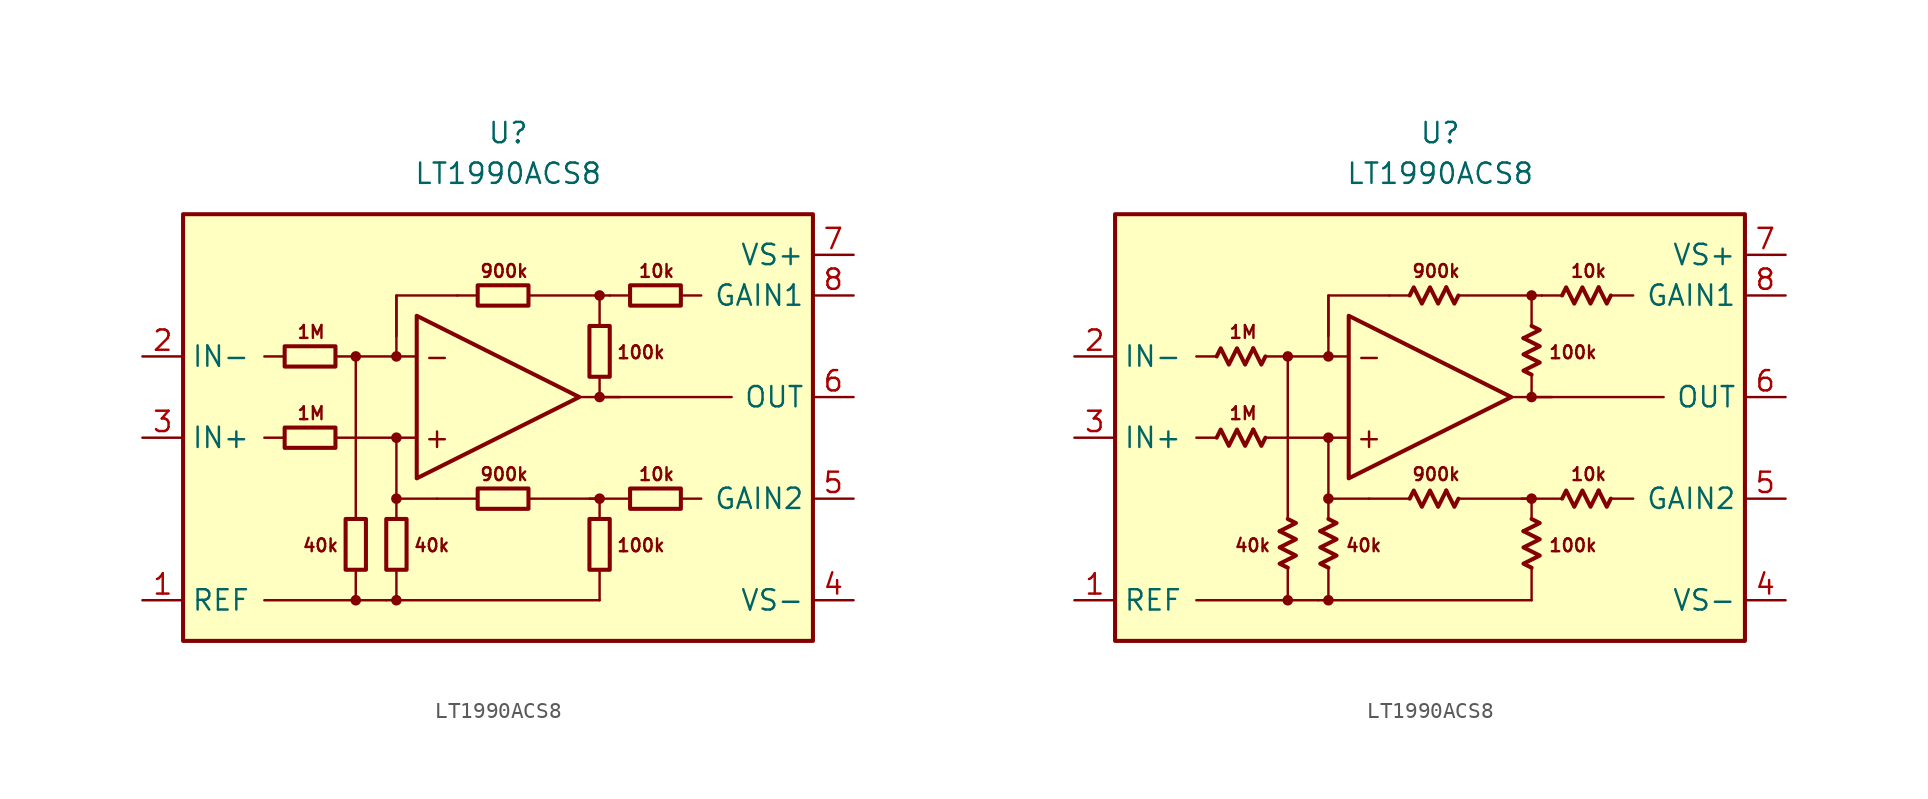
<source format=kicad_sym>
(kicad_symbol_lib
  (version 20231120)
  (generator "kicad_symbol_editor")
  (generator_version "8.0")
  (symbol "LT1990ACS8"
    (property "Reference" "U"
      (at 0 19.05 0)
      (effects (font (size 1.27 1.27))))
    (property "Value" "LT1990ACS8"
      (at 0 16.51 0)
      (effects (font (size 1.27 1.27))))
    (symbol "LT1990ACS8_0_0"
      (rectangle (start -20.32 13.97) (end 19.05 -12.7) (stroke (width 0.254) (type default)) (fill (type background)))
      (circle (center -9.525 -10.16) (radius 0.254) (stroke (width 0.152) (type default)) (fill (type outline)))
      (circle (center -9.525 5.08) (radius 0.254) (stroke (width 0.152) (type default)) (fill (type outline)))
      (circle (center -6.985 -10.16) (radius 0.254) (stroke (width 0.152) (type default)) (fill (type outline)))
      (circle (center -6.985 -3.81) (radius 0.254) (stroke (width 0.152) (type default)) (fill (type outline)))
      (circle (center -6.985 0) (radius 0.254) (stroke (width 0.152) (type default)) (fill (type outline)))
      (circle (center -6.985 5.08) (radius 0.254) (stroke (width 0.152) (type default)) (fill (type outline)))
      (polyline (pts (xy -13.97 0) (xy -15.24 0)) (stroke (width 0.152) (type default)) (fill (type none)))
      (polyline (pts (xy -13.97 5.08) (xy -15.24 5.08)) (stroke (width 0.152) (type default)) (fill (type none)))
      (polyline (pts (xy -9.525 -8.255) (xy -9.525 -10.16)) (stroke (width 0.152) (type default)) (fill (type none)))
      (polyline (pts (xy -9.525 -5.08) (xy -9.525 5.08)) (stroke (width 0.152) (type default)) (fill (type none)))
      (polyline (pts (xy -7.62 -10.16) (xy -15.24 -10.16)) (stroke (width 0.152) (type default)) (fill (type none)))
      (polyline (pts (xy -6.985 -8.255) (xy -6.985 -10.16)) (stroke (width 0.152) (type default)) (fill (type none)))
      (polyline (pts (xy -6.985 -3.81) (xy -6.985 0)) (stroke (width 0.152) (type default)) (fill (type none)))
      (polyline (pts (xy -6.985 5.08) (xy -6.985 8.89)) (stroke (width 0.152) (type default)) (fill (type none)))
      (polyline (pts (xy -5.715 0) (xy -10.795 0)) (stroke (width 0.152) (type default)) (fill (type none)))
      (polyline (pts (xy -5.715 5.08) (xy -10.795 5.08)) (stroke (width 0.152) (type default)) (fill (type none)))
      (polyline (pts (xy -1.905 -3.81) (xy -4.445 -3.81)) (stroke (width 0.152) (type default)) (fill (type none)))
      (polyline (pts (xy -1.905 8.89) (xy -3.175 8.89)) (stroke (width 0.152) (type default)) (fill (type none)))
      (polyline (pts (xy 4.445 2.54) (xy 13.97 2.54)) (stroke (width 0.152) (type default)) (fill (type none)))
      (polyline (pts (xy 5.715 -10.16) (xy -7.62 -10.16)) (stroke (width 0.152) (type default)) (fill (type none)))
      (polyline (pts (xy 5.715 -8.255) (xy 5.715 -10.16)) (stroke (width 0.152) (type default)) (fill (type none)))
      (polyline (pts (xy 5.715 2.54) (xy 5.715 3.81)) (stroke (width 0.152) (type default)) (fill (type none)))
      (polyline (pts (xy 5.715 2.54) (xy 6.985 2.54)) (stroke (width 0.152) (type default)) (fill (type none)))
      (polyline (pts (xy 5.715 8.89) (xy 1.27 8.89)) (stroke (width 0.152) (type default)) (fill (type none)))
      (polyline (pts (xy 7.62 -3.81) (xy 5.08 -3.81)) (stroke (width 0.152) (type default)) (fill (type none)))
      (polyline (pts (xy 7.62 8.89) (xy 6.35 8.89)) (stroke (width 0.152) (type default)) (fill (type none)))
      (polyline (pts (xy 10.795 -3.81) (xy 12.065 -3.81)) (stroke (width 0.152) (type default)) (fill (type none)))
      (polyline (pts (xy 10.795 8.89) (xy 12.065 8.89)) (stroke (width 0.152) (type default)) (fill (type none)))
      (polyline (pts (xy -4.445 -3.81) (xy -6.985 -3.81) (xy -6.985 -5.08)) (stroke (width 0.152) (type default)) (fill (type none)))
      (polyline (pts (xy -3.175 8.89) (xy -6.985 8.89) (xy -6.985 6.35)) (stroke (width 0.152) (type default)) (fill (type none)))
      (polyline (pts (xy 5.715 -5.08) (xy 5.715 -3.81) (xy 1.27 -3.81)) (stroke (width 0.152) (type default)) (fill (type none)))
      (polyline (pts (xy 6.35 8.89) (xy 5.715 8.89) (xy 5.715 6.985)) (stroke (width 0.152) (type default)) (fill (type none)))
      (polyline (pts (xy -5.715 7.62) (xy -5.715 -2.54) (xy 4.445 2.54) (xy -5.715 7.62)) (stroke (width 0.254) (type default)) (fill (type none)))
      (circle (center 5.715 -3.81) (radius 0.254) (stroke (width 0.152) (type default)) (fill (type outline)))
      (circle (center 5.715 2.54) (radius 0.254) (stroke (width 0.152) (type default)) (fill (type outline)))
      (circle (center 5.715 8.89) (radius 0.254) (stroke (width 0.152) (type default)) (fill (type outline)))
      (text "+" (at -4.445 0 0) (effects (font (size 1.27 1.27))))
      (text "-" (at -4.445 5.08 0) (effects (font (size 1.27 1.27))))
      (text "100k" (at 6.731 -6.731 0) (effects (font (size 0.8 0.8)) (justify left)))
      (text "100k" (at 6.731 5.334 0) (effects (font (size 0.8 0.8)) (justify left)))
      (text "10k" (at 9.271 -2.286 0) (effects (font (size 0.8 0.8))))
      (text "10k" (at 9.271 10.414 0) (effects (font (size 0.8 0.8))))
      (text "1M" (at -12.319 1.524 0) (effects (font (size 0.8 0.8))))
      (text "1M" (at -12.319 6.604 0) (effects (font (size 0.8 0.8))))
      (text "40k" (at -10.541 -6.731 0) (effects (font (size 0.8 0.8)) (justify right)))
      (text "40k" (at -5.969 -6.731 0) (effects (font (size 0.8 0.8)) (justify left)))
      (text "900k" (at -0.254 -2.286 0) (effects (font (size 0.8 0.8))))
      (text "900k" (at -0.254 10.414 0) (effects (font (size 0.8 0.8)))))
    (symbol "LT1990ACS8_0_1"
      (rectangle (start -13.97 0.635) (end -10.795 -0.635) (stroke (width 0.254) (type default)) (fill (type none)))
      (rectangle (start -13.97 5.715) (end -10.795 4.445) (stroke (width 0.254) (type default)) (fill (type none)))
      (rectangle (start -10.16 -5.08) (end -8.89 -8.255) (stroke (width 0.254) (type default)) (fill (type none)))
      (rectangle (start -7.62 -8.255) (end -6.35 -5.08) (stroke (width 0.254) (type default)) (fill (type none)))
      (rectangle (start -1.905 -3.175) (end 1.27 -4.445) (stroke (width 0.254) (type default)) (fill (type none)))
      (rectangle (start -1.905 9.525) (end 1.27 8.255) (stroke (width 0.254) (type default)) (fill (type none)))
      (rectangle (start 5.08 -8.255) (end 6.35 -5.08) (stroke (width 0.254) (type default)) (fill (type none)))
      (rectangle (start 5.08 3.81) (end 6.35 6.985) (stroke (width 0.254) (type default)) (fill (type none)))
      (rectangle (start 7.62 -3.175) (end 10.795 -4.445) (stroke (width 0.254) (type default)) (fill (type none)))
      (rectangle (start 7.62 9.525) (end 10.795 8.255) (stroke (width 0.254) (type default)) (fill (type none))))
    (symbol "LT1990ACS8_0_2"
      (polyline (pts (xy -11.684 0.508) (xy -11.176 -0.508) (xy -10.922 0)) (stroke (width 0.254) (type default)) (fill (type none)))
      (polyline (pts (xy -11.684 5.588) (xy -11.176 4.572) (xy -10.922 5.08)) (stroke (width 0.254) (type default)) (fill (type none)))
      (polyline (pts (xy -10.033 -5.842) (xy -9.017 -5.334) (xy -9.525 -5.08)) (stroke (width 0.254) (type default)) (fill (type none)))
      (polyline (pts (xy -7.493 -5.842) (xy -6.477 -5.334) (xy -6.985 -5.08)) (stroke (width 0.254) (type default)) (fill (type none)))
      (polyline (pts (xy 0.381 -3.302) (xy 0.889 -4.318) (xy 1.143 -3.81)) (stroke (width 0.254) (type default)) (fill (type none)))
      (polyline (pts (xy 0.381 9.398) (xy 0.889 8.382) (xy 1.143 8.89)) (stroke (width 0.254) (type default)) (fill (type none)))
      (polyline (pts (xy 5.207 -5.842) (xy 6.223 -5.334) (xy 5.715 -5.08)) (stroke (width 0.254) (type default)) (fill (type none)))
      (polyline (pts (xy 5.207 6.223) (xy 6.223 6.731) (xy 5.715 6.985)) (stroke (width 0.254) (type default)) (fill (type none)))
      (polyline (pts (xy 9.906 -3.302) (xy 10.414 -4.318) (xy 10.668 -3.81)) (stroke (width 0.254) (type default)) (fill (type none)))
      (polyline (pts (xy 9.906 9.398) (xy 10.414 8.382) (xy 10.668 8.89)) (stroke (width 0.254) (type default)) (fill (type none)))
      (polyline (pts (xy -13.97 0) (xy -13.716 0.508) (xy -13.208 -0.508) (xy -12.7 0.508) (xy -12.192 -0.508) (xy -11.684 0.508)) (stroke (width 0.254) (type default)) (fill (type none)))
      (polyline (pts (xy -13.97 5.08) (xy -13.716 5.588) (xy -13.208 4.572) (xy -12.7 5.588) (xy -12.192 4.572) (xy -11.684 5.588)) (stroke (width 0.254) (type default)) (fill (type none)))
      (polyline (pts (xy -9.525 -8.128) (xy -10.033 -7.874) (xy -9.017 -7.366) (xy -10.033 -6.858) (xy -9.017 -6.35) (xy -10.033 -5.842)) (stroke (width 0.254) (type default)) (fill (type none)))
      (polyline (pts (xy -6.985 -8.128) (xy -7.493 -7.874) (xy -6.477 -7.366) (xy -7.493 -6.858) (xy -6.477 -6.35) (xy -7.493 -5.842)) (stroke (width 0.254) (type default)) (fill (type none)))
      (polyline (pts (xy -1.905 -3.81) (xy -1.651 -3.302) (xy -1.143 -4.318) (xy -0.635 -3.302) (xy -0.127 -4.318) (xy 0.381 -3.302)) (stroke (width 0.254) (type default)) (fill (type none)))
      (polyline (pts (xy -1.905 8.89) (xy -1.651 9.398) (xy -1.143 8.382) (xy -0.635 9.398) (xy -0.127 8.382) (xy 0.381 9.398)) (stroke (width 0.254) (type default)) (fill (type none)))
      (polyline (pts (xy 5.715 -8.128) (xy 5.207 -7.874) (xy 6.223 -7.366) (xy 5.207 -6.858) (xy 6.223 -6.35) (xy 5.207 -5.842)) (stroke (width 0.254) (type default)) (fill (type none)))
      (polyline (pts (xy 5.715 3.937) (xy 5.207 4.191) (xy 6.223 4.699) (xy 5.207 5.207) (xy 6.223 5.715) (xy 5.207 6.223)) (stroke (width 0.254) (type default)) (fill (type none)))
      (polyline (pts (xy 7.62 -3.81) (xy 7.874 -3.302) (xy 8.382 -4.318) (xy 8.89 -3.302) (xy 9.398 -4.318) (xy 9.906 -3.302)) (stroke (width 0.254) (type default)) (fill (type none)))
      (polyline (pts (xy 7.62 8.89) (xy 7.874 9.398) (xy 8.382 8.382) (xy 8.89 9.398) (xy 9.398 8.382) (xy 9.906 9.398)) (stroke (width 0.254) (type default)) (fill (type none))))
    (symbol "LT1990ACS8_1_1"
      (pin input line (at -22.86 -10.16 0) (length 2.54) (name "REF" (effects (font (size 1.27 1.27)))) (number "1" (effects (font (size 1.27 1.27)))))
      (pin input line (at -22.86 5.08 0) (length 2.54) (name "IN-" (effects (font (size 1.27 1.27)))) (number "2" (effects (font (size 1.27 1.27)))))
      (pin input line (at -22.86 0 0) (length 2.54) (name "IN+" (effects (font (size 1.27 1.27)))) (number "3" (effects (font (size 1.27 1.27)))))
      (pin power_in line (at 21.59 -10.16 180) (length 2.54) (name "VS-" (effects (font (size 1.27 1.27)))) (number "4" (effects (font (size 1.27 1.27)))))
      (pin passive line (at 21.59 -3.81 180) (length 2.54) (name "GAIN2" (effects (font (size 1.27 1.27)))) (number "5" (effects (font (size 1.27 1.27)))))
      (pin output line (at 21.59 2.54 180) (length 2.54) (name "OUT" (effects (font (size 1.27 1.27)))) (number "6" (effects (font (size 1.27 1.27)))))
      (pin power_in line (at 21.59 11.43 180) (length 2.54) (name "VS+" (effects (font (size 1.27 1.27)))) (number "7" (effects (font (size 1.27 1.27)))))
      (pin passive line (at 21.59 8.89 180) (length 2.54) (name "GAIN1" (effects (font (size 1.27 1.27)))) (number "8" (effects (font (size 1.27 1.27))))))
    (symbol "LT1990ACS8_1_2"
      (pin input line (at -22.86 -10.16 0) (length 2.54) (name "REF" (effects (font (size 1.27 1.27)))) (number "1" (effects (font (size 1.27 1.27)))))
      (pin input line (at -22.86 5.08 0) (length 2.54) (name "IN-" (effects (font (size 1.27 1.27)))) (number "2" (effects (font (size 1.27 1.27)))))
      (pin input line (at -22.86 0 0) (length 2.54) (name "IN+" (effects (font (size 1.27 1.27)))) (number "3" (effects (font (size 1.27 1.27)))))
      (pin power_in line (at 21.59 -10.16 180) (length 2.54) (name "VS-" (effects (font (size 1.27 1.27)))) (number "4" (effects (font (size 1.27 1.27)))))
      (pin passive line (at 21.59 -3.81 180) (length 2.54) (name "GAIN2" (effects (font (size 1.27 1.27)))) (number "5" (effects (font (size 1.27 1.27)))))
      (pin output line (at 21.59 2.54 180) (length 2.54) (name "OUT" (effects (font (size 1.27 1.27)))) (number "6" (effects (font (size 1.27 1.27)))))
      (pin power_in line (at 21.59 11.43 180) (length 2.54) (name "VS+" (effects (font (size 1.27 1.27)))) (number "7" (effects (font (size 1.27 1.27)))))
      (pin passive line (at 21.59 8.89 180) (length 2.54) (name "GAIN1" (effects (font (size 1.27 1.27)))) (number "8" (effects (font (size 1.27 1.27))))))))
</source>
